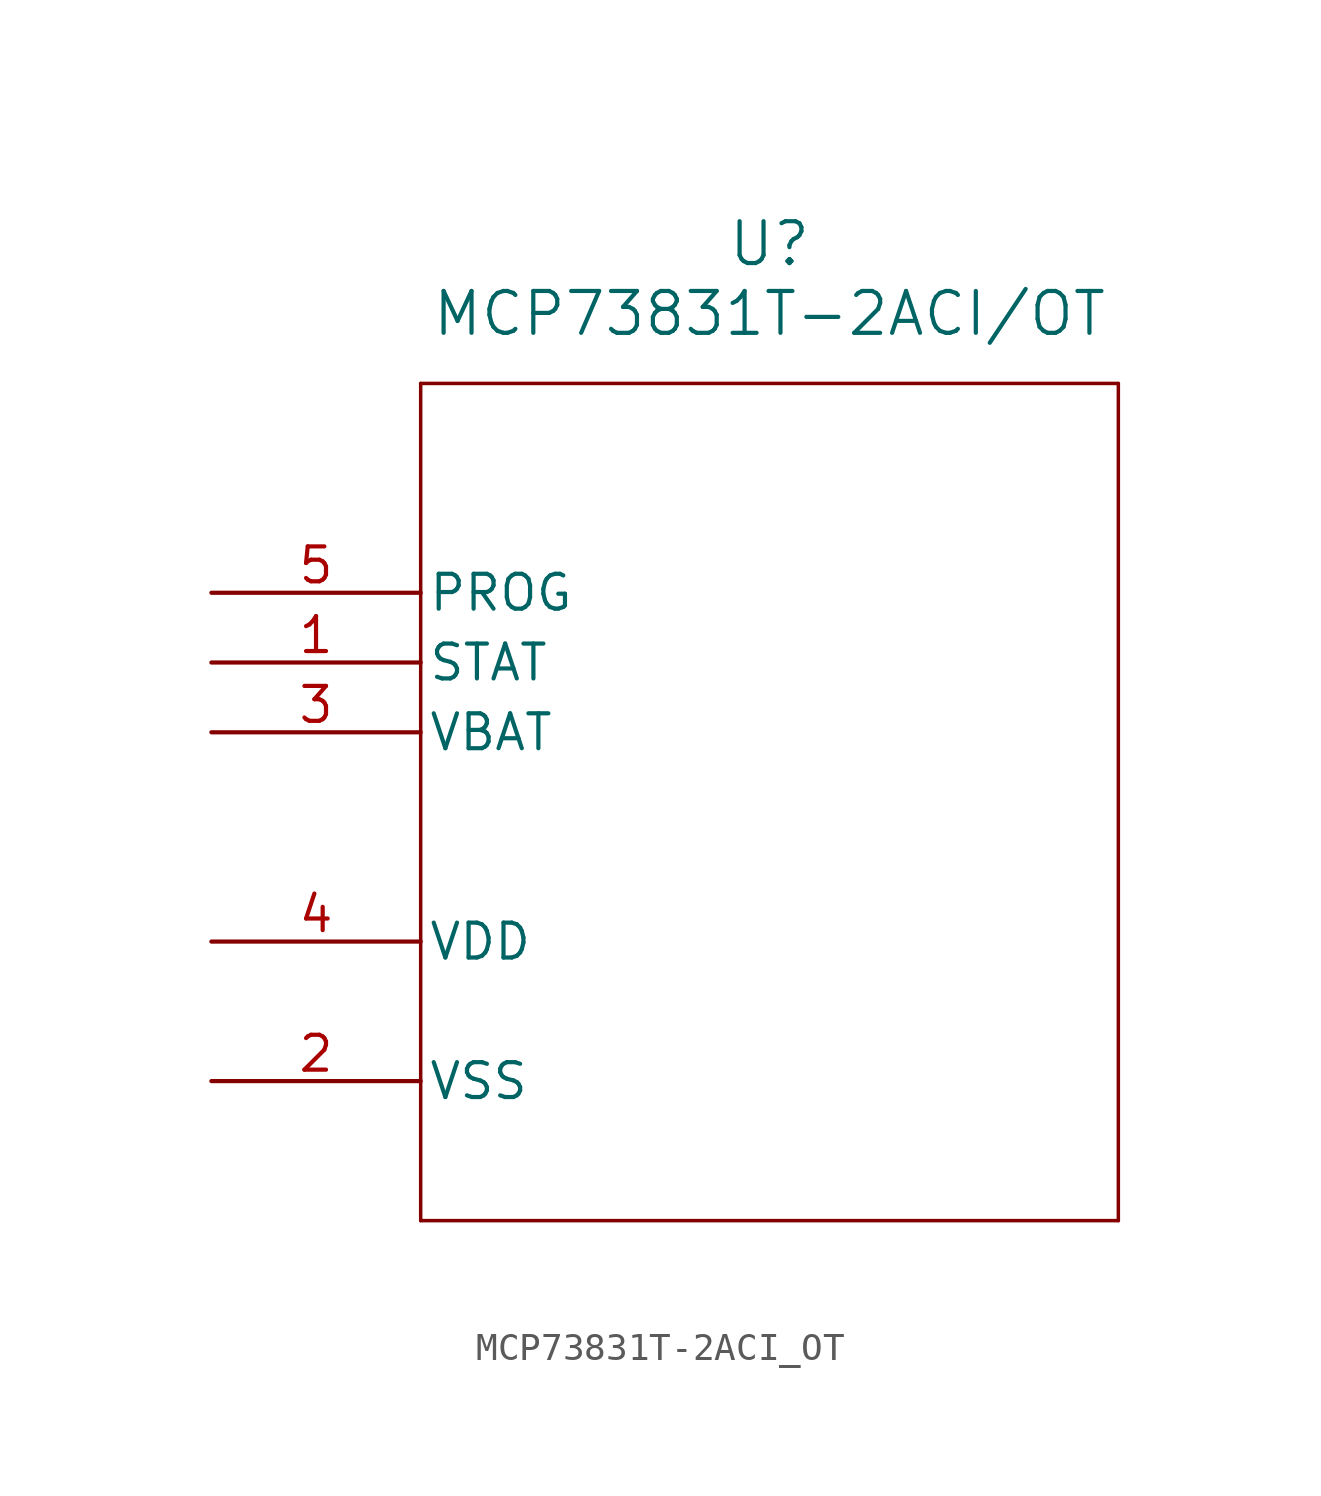
<source format=kicad_sym>
(kicad_symbol_lib
  (version 20211014)
  (generator kicad_symbol_editor)
  (symbol "MCP73831T-2ACI_OT"
    (pin_names
      (offset 0.254))
    (property "Reference" "U"
      (at 20.32 12.7 0)
      (effects (font (size 1.524 1.524))))
    (property "Value" "MCP73831T-2ACI/OT"
      (at 20.32 10.16 0)
      (effects (font (size 1.524 1.524))))
    (symbol "MCP73831T-2ACI_OT_0_1"
      (polyline (pts (xy 7.62 7.62) (xy 7.62 -22.86)) (stroke (width 0.127) (type default) (color 0 0 0 0)) (fill (type none)))
      (polyline (pts (xy 7.62 -22.86) (xy 33.02 -22.86)) (stroke (width 0.127) (type default) (color 0 0 0 0)) (fill (type none)))
      (polyline (pts (xy 33.02 -22.86) (xy 33.02 7.62)) (stroke (width 0.127) (type default) (color 0 0 0 0)) (fill (type none)))
      (polyline (pts (xy 33.02 7.62) (xy 7.62 7.62)) (stroke (width 0.127) (type default) (color 0 0 0 0)) (fill (type none)))
      (pin unspecified line (at 0 -2.54 0) (length 7.62) (name "STAT" (effects (font (size 1.27 1.27)))) (number "1" (effects (font (size 1.27 1.27)))))
      (pin unspecified line (at 0 -17.78 0) (length 7.62) (name "VSS" (effects (font (size 1.27 1.27)))) (number "2" (effects (font (size 1.27 1.27)))))
      (pin unspecified line (at 0 -5.08 0) (length 7.62) (name "VBAT" (effects (font (size 1.27 1.27)))) (number "3" (effects (font (size 1.27 1.27)))))
      (pin unspecified line (at 0 -12.7 0) (length 7.62) (name "VDD" (effects (font (size 1.27 1.27)))) (number "4" (effects (font (size 1.27 1.27)))))
      (pin unspecified line (at 0 0 0) (length 7.62) (name "PROG" (effects (font (size 1.27 1.27)))) (number "5" (effects (font (size 1.27 1.27))))))))
</source>
